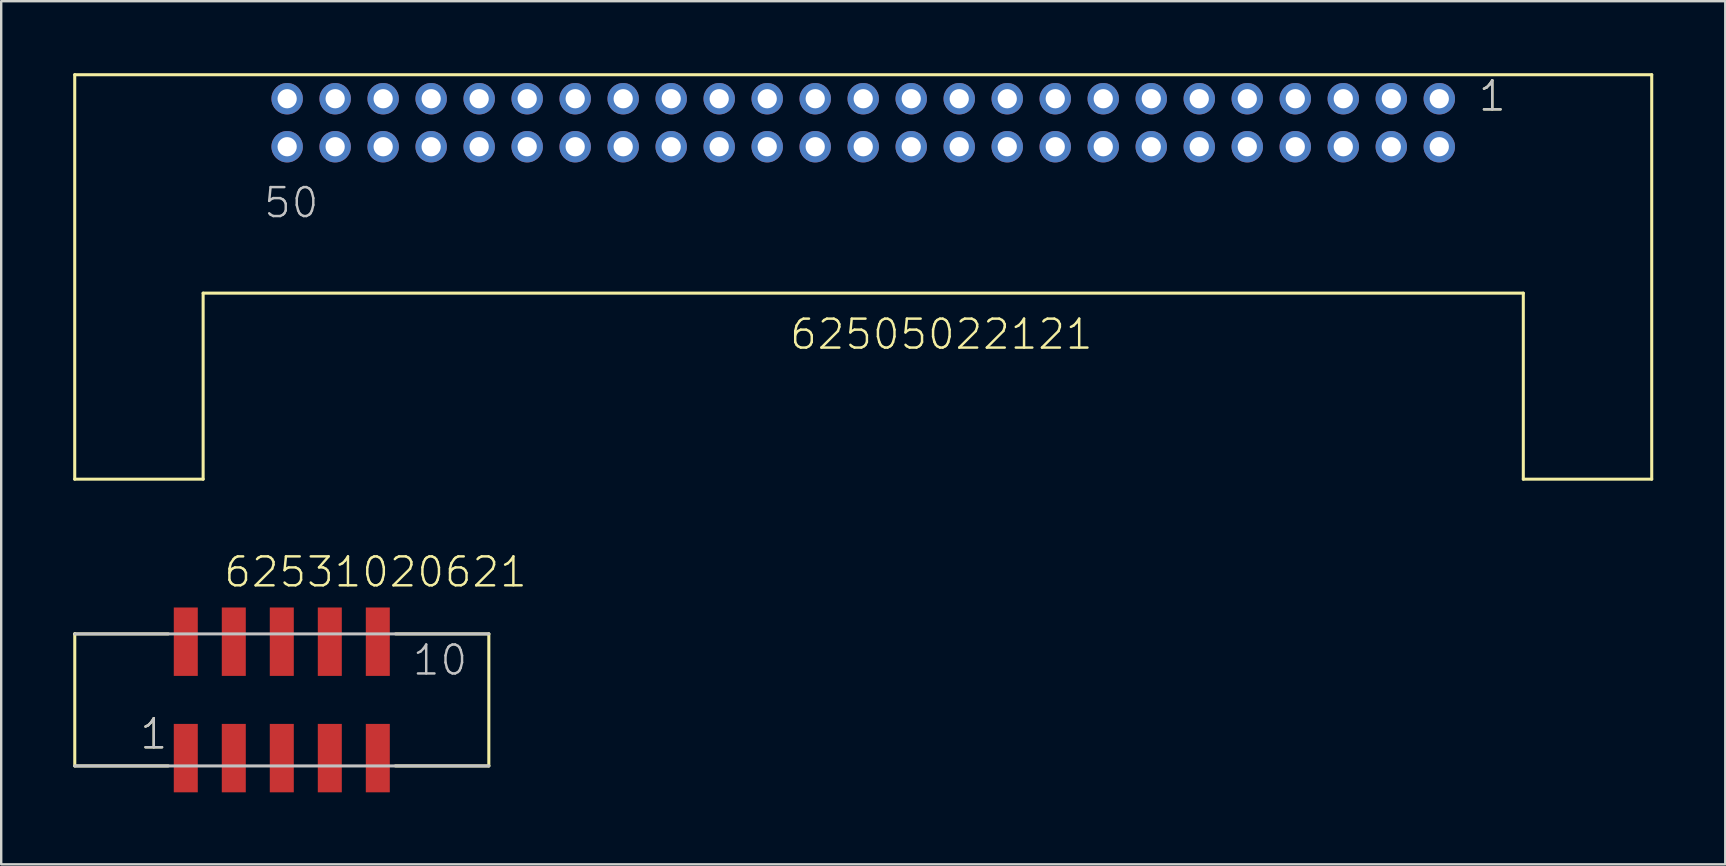
<source format=kicad_pcb>
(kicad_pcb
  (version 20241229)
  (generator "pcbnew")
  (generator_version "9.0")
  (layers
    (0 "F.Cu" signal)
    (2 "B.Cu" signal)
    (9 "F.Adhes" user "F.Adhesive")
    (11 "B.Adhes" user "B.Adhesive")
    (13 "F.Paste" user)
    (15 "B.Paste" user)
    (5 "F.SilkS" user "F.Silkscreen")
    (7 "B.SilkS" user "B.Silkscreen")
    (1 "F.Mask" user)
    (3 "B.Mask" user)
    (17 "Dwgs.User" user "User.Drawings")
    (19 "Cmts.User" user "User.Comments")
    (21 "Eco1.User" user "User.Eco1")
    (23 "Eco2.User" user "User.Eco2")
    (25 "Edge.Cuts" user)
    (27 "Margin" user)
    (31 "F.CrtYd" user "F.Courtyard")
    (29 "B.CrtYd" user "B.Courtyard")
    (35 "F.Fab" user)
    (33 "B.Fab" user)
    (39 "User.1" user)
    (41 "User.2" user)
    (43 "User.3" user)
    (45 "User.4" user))
  (footprint "62505022121"
    (layer "F.Cu")
    (at 32.913 2.063)
    (property "Reference" "62505022121" (at -3.13 9.52 0) (layer "F.SilkS") (effects (font (size 1.206 1.206) (thickness 0.102)) (justify left bottom)))
    (attr through_hole)
    (fp_line (start -32.85 -2) (end -32.85 14.85) (stroke (width 0.127) (type solid)) (layer "F.SilkS"))
    (fp_line (start -32.85 14.85) (end -27.5 14.85) (stroke (width 0.127) (type solid)) (layer "F.SilkS"))
    (fp_line (start -27.5 7.1) (end 27.5 7.1) (stroke (width 0.127) (type solid)) (layer "F.SilkS"))
    (fp_line (start -27.5 14.85) (end -27.5 7.1) (stroke (width 0.127) (type solid)) (layer "F.SilkS"))
    (fp_line (start 27.5 7.1) (end 27.5 14.85) (stroke (width 0.127) (type solid)) (layer "F.SilkS"))
    (fp_line (start 27.5 14.85) (end 32.85 14.85) (stroke (width 0.127) (type solid)) (layer "F.SilkS"))
    (fp_line (start 32.85 -2) (end -32.85 -2) (stroke (width 0.127) (type solid)) (layer "F.SilkS"))
    (fp_line (start 32.85 14.85) (end 32.85 -2) (stroke (width 0.127) (type solid)) (layer "F.SilkS"))
    (fp_text user "1" (at 25.565 -0.405 0) (layer "F.SilkS") (effects (font (size 1.206 1.206) (thickness 0.102)) (justify left bottom)))
    (fp_text user "50" (at -25.045 4.04 0) (layer "Dwgs.User") (effects (font (size 1.206 1.206) (thickness 0.102)) (justify left bottom)))
    (fp_text user "1" (at 25.565 -0.405 0) (layer "Dwgs.User") (effects (font (size 1.206 1.206) (thickness 0.102)) (justify left bottom)))
    (pad "1" thru_hole circle (at 24 -1) (size 1.308 1.308) (drill 0.8) (layers "*.Cu" "*.Mask"))
    (pad "2" thru_hole circle (at 24 1) (size 1.308 1.308) (drill 0.8) (layers "*.Cu" "*.Mask"))
    (pad "3" thru_hole circle (at 22 -1) (size 1.308 1.308) (drill 0.8) (layers "*.Cu" "*.Mask"))
    (pad "4" thru_hole circle (at 22 1) (size 1.308 1.308) (drill 0.8) (layers "*.Cu" "*.Mask"))
    (pad "5" thru_hole circle (at 20 -1) (size 1.308 1.308) (drill 0.8) (layers "*.Cu" "*.Mask"))
    (pad "6" thru_hole circle (at 20 1) (size 1.308 1.308) (drill 0.8) (layers "*.Cu" "*.Mask"))
    (pad "7" thru_hole circle (at 18 -1) (size 1.308 1.308) (drill 0.8) (layers "*.Cu" "*.Mask"))
    (pad "8" thru_hole circle (at 18 1) (size 1.308 1.308) (drill 0.8) (layers "*.Cu" "*.Mask"))
    (pad "9" thru_hole circle (at 16 -1) (size 1.308 1.308) (drill 0.8) (layers "*.Cu" "*.Mask"))
    (pad "10" thru_hole circle (at 16 1) (size 1.308 1.308) (drill 0.8) (layers "*.Cu" "*.Mask"))
    (pad "11" thru_hole circle (at 14 -1) (size 1.308 1.308) (drill 0.8) (layers "*.Cu" "*.Mask"))
    (pad "12" thru_hole circle (at 14 1) (size 1.308 1.308) (drill 0.8) (layers "*.Cu" "*.Mask"))
    (pad "13" thru_hole circle (at 12 -1) (size 1.308 1.308) (drill 0.8) (layers "*.Cu" "*.Mask"))
    (pad "14" thru_hole circle (at 12 1) (size 1.308 1.308) (drill 0.8) (layers "*.Cu" "*.Mask"))
    (pad "15" thru_hole circle (at 10 -1) (size 1.308 1.308) (drill 0.8) (layers "*.Cu" "*.Mask"))
    (pad "16" thru_hole circle (at 10 1) (size 1.308 1.308) (drill 0.8) (layers "*.Cu" "*.Mask"))
    (pad "17" thru_hole circle (at 8 -1) (size 1.308 1.308) (drill 0.8) (layers "*.Cu" "*.Mask"))
    (pad "18" thru_hole circle (at 8 1) (size 1.308 1.308) (drill 0.8) (layers "*.Cu" "*.Mask"))
    (pad "19" thru_hole circle (at 6 -1) (size 1.308 1.308) (drill 0.8) (layers "*.Cu" "*.Mask"))
    (pad "20" thru_hole circle (at 6 1) (size 1.308 1.308) (drill 0.8) (layers "*.Cu" "*.Mask"))
    (pad "21" thru_hole circle (at 4 -1) (size 1.308 1.308) (drill 0.8) (layers "*.Cu" "*.Mask"))
    (pad "22" thru_hole circle (at 4 1) (size 1.308 1.308) (drill 0.8) (layers "*.Cu" "*.Mask"))
    (pad "23" thru_hole circle (at 2 -1) (size 1.308 1.308) (drill 0.8) (layers "*.Cu" "*.Mask"))
    (pad "24" thru_hole circle (at 2 1) (size 1.308 1.308) (drill 0.8) (layers "*.Cu" "*.Mask"))
    (pad "25" thru_hole circle (at 0 -1) (size 1.308 1.308) (drill 0.8) (layers "*.Cu" "*.Mask"))
    (pad "26" thru_hole circle (at 0 1) (size 1.308 1.308) (drill 0.8) (layers "*.Cu" "*.Mask"))
    (pad "27" thru_hole circle (at -2 -1) (size 1.308 1.308) (drill 0.8) (layers "*.Cu" "*.Mask"))
    (pad "28" thru_hole circle (at -2 1) (size 1.308 1.308) (drill 0.8) (layers "*.Cu" "*.Mask"))
    (pad "29" thru_hole circle (at -4 -1) (size 1.308 1.308) (drill 0.8) (layers "*.Cu" "*.Mask"))
    (pad "30" thru_hole circle (at -4 1) (size 1.308 1.308) (drill 0.8) (layers "*.Cu" "*.Mask"))
    (pad "31" thru_hole circle (at -6 -1) (size 1.308 1.308) (drill 0.8) (layers "*.Cu" "*.Mask"))
    (pad "32" thru_hole circle (at -6 1) (size 1.308 1.308) (drill 0.8) (layers "*.Cu" "*.Mask"))
    (pad "33" thru_hole circle (at -8 -1) (size 1.308 1.308) (drill 0.8) (layers "*.Cu" "*.Mask"))
    (pad "34" thru_hole circle (at -8 1) (size 1.308 1.308) (drill 0.8) (layers "*.Cu" "*.Mask"))
    (pad "35" thru_hole circle (at -10 -1) (size 1.308 1.308) (drill 0.8) (layers "*.Cu" "*.Mask"))
    (pad "36" thru_hole circle (at -10 1) (size 1.308 1.308) (drill 0.8) (layers "*.Cu" "*.Mask"))
    (pad "37" thru_hole circle (at -12 -1) (size 1.308 1.308) (drill 0.8) (layers "*.Cu" "*.Mask"))
    (pad "38" thru_hole circle (at -12 1) (size 1.308 1.308) (drill 0.8) (layers "*.Cu" "*.Mask"))
    (pad "39" thru_hole circle (at -14 -1) (size 1.308 1.308) (drill 0.8) (layers "*.Cu" "*.Mask"))
    (pad "40" thru_hole circle (at -14 1) (size 1.308 1.308) (drill 0.8) (layers "*.Cu" "*.Mask"))
    (pad "41" thru_hole circle (at -16 -1) (size 1.308 1.308) (drill 0.8) (layers "*.Cu" "*.Mask"))
    (pad "42" thru_hole circle (at -16 1) (size 1.308 1.308) (drill 0.8) (layers "*.Cu" "*.Mask"))
    (pad "43" thru_hole circle (at -18 -1) (size 1.308 1.308) (drill 0.8) (layers "*.Cu" "*.Mask"))
    (pad "44" thru_hole circle (at -18 1) (size 1.308 1.308) (drill 0.8) (layers "*.Cu" "*.Mask"))
    (pad "45" thru_hole circle (at -20 -1) (size 1.308 1.308) (drill 0.8) (layers "*.Cu" "*.Mask"))
    (pad "46" thru_hole circle (at -20 1) (size 1.308 1.308) (drill 0.8) (layers "*.Cu" "*.Mask"))
    (pad "47" thru_hole circle (at -22 -1) (size 1.308 1.308) (drill 0.8) (layers "*.Cu" "*.Mask"))
    (pad "48" thru_hole circle (at -22 1) (size 1.308 1.308) (drill 0.8) (layers "*.Cu" "*.Mask"))
    (pad "49" thru_hole circle (at -24 -1) (size 1.308 1.308) (drill 0.8) (layers "*.Cu" "*.Mask"))
    (pad "50" thru_hole circle (at -24 1) (size 1.308 1.308) (drill 0.8) (layers "*.Cu" "*.Mask")))
  (footprint "62531020621"
    (layer "F.Cu")
    (at 8.69 26.109)
    (property "Reference" "62531020621" (at -2.479 -4.621 0) (layer "F.SilkS") (effects (font (size 1.206 1.206) (thickness 0.102)) (justify left bottom)))
    (attr through_hole)
    (fp_line (start -8.625 -2.75) (end -8.625 -2.747) (stroke (width 0.127) (type solid)) (layer "F.SilkS"))
    (fp_line (start -8.625 -2.747) (end -8.626 -2.743) (stroke (width 0.127) (type solid)) (layer "F.SilkS"))
    (fp_line (start -8.625 -2.747) (end -8.625 2.75) (stroke (width 0.127) (type solid)) (layer "F.SilkS"))
    (fp_line (start -4.731 -2.75) (end -8.625 -2.75) (stroke (width 0.127) (type solid)) (layer "F.SilkS"))
    (fp_line (start -4.731 2.75) (end -8.625 2.75) (stroke (width 0.127) (type solid)) (layer "F.SilkS"))
    (fp_line (start 4.733 2.75) (end 8.625 2.75) (stroke (width 0.127) (type solid)) (layer "F.SilkS"))
    (fp_line (start 4.742 -2.75) (end 8.625 -2.75) (stroke (width 0.127) (type solid)) (layer "F.SilkS"))
    (fp_line (start 8.625 2.75) (end 8.625 -2.75) (stroke (width 0.127) (type solid)) (layer "F.SilkS"))
    (fp_line (start -8.625 2.75) (end 8.625 2.75) (stroke (width 0.127) (type solid)) (layer "Dwgs.User"))
    (fp_line (start 8.625 -2.75) (end -8.625 -2.75) (stroke (width 0.127) (type solid)) (layer "Dwgs.User"))
    (fp_text user "1" (at -5.975 2.125 0) (layer "F.SilkS") (effects (font (size 1.206 1.206) (thickness 0.102)) (justify left bottom)))
    (fp_text user "10" (at 5.375 -0.95 0) (layer "Dwgs.User") (effects (font (size 1.206 1.206) (thickness 0.102)) (justify left bottom)))
    (fp_text user "1" (at -5.975 2.125 0) (layer "Dwgs.User") (effects (font (size 1.206 1.206) (thickness 0.102)) (justify left bottom)))
    (pad "1" smd rect (at -4 2.425 180) (size 1 2.85) (layers "F.Cu" "F.Mask" "F.Paste"))
    (pad "2" smd rect (at -4 -2.425 180) (size 1 2.85) (layers "F.Cu" "F.Mask" "F.Paste"))
    (pad "3" smd rect (at -2 2.425 180) (size 1 2.85) (layers "F.Cu" "F.Mask" "F.Paste"))
    (pad "4" smd rect (at -2 -2.425 180) (size 1 2.85) (layers "F.Cu" "F.Mask" "F.Paste"))
    (pad "5" smd rect (at 0 2.425 180) (size 1 2.85) (layers "F.Cu" "F.Mask" "F.Paste"))
    (pad "6" smd rect (at 0 -2.425 180) (size 1 2.85) (layers "F.Cu" "F.Mask" "F.Paste"))
    (pad "7" smd rect (at 2 2.425 180) (size 1 2.85) (layers "F.Cu" "F.Mask" "F.Paste"))
    (pad "8" smd rect (at 2 -2.425 180) (size 1 2.85) (layers "F.Cu" "F.Mask" "F.Paste"))
    (pad "9" smd rect (at 4 2.425 180) (size 1 2.85) (layers "F.Cu" "F.Mask" "F.Paste"))
    (pad "10" smd rect (at 4 -2.425 180) (size 1 2.85) (layers "F.Cu" "F.Mask" "F.Paste")))
  (gr_rect
    (start -3 -3)
    (end 68.827 32.959)
    (stroke (width 0.1) (type default))
    (fill no)
    (layer "Edge.Cuts")))
</source>
